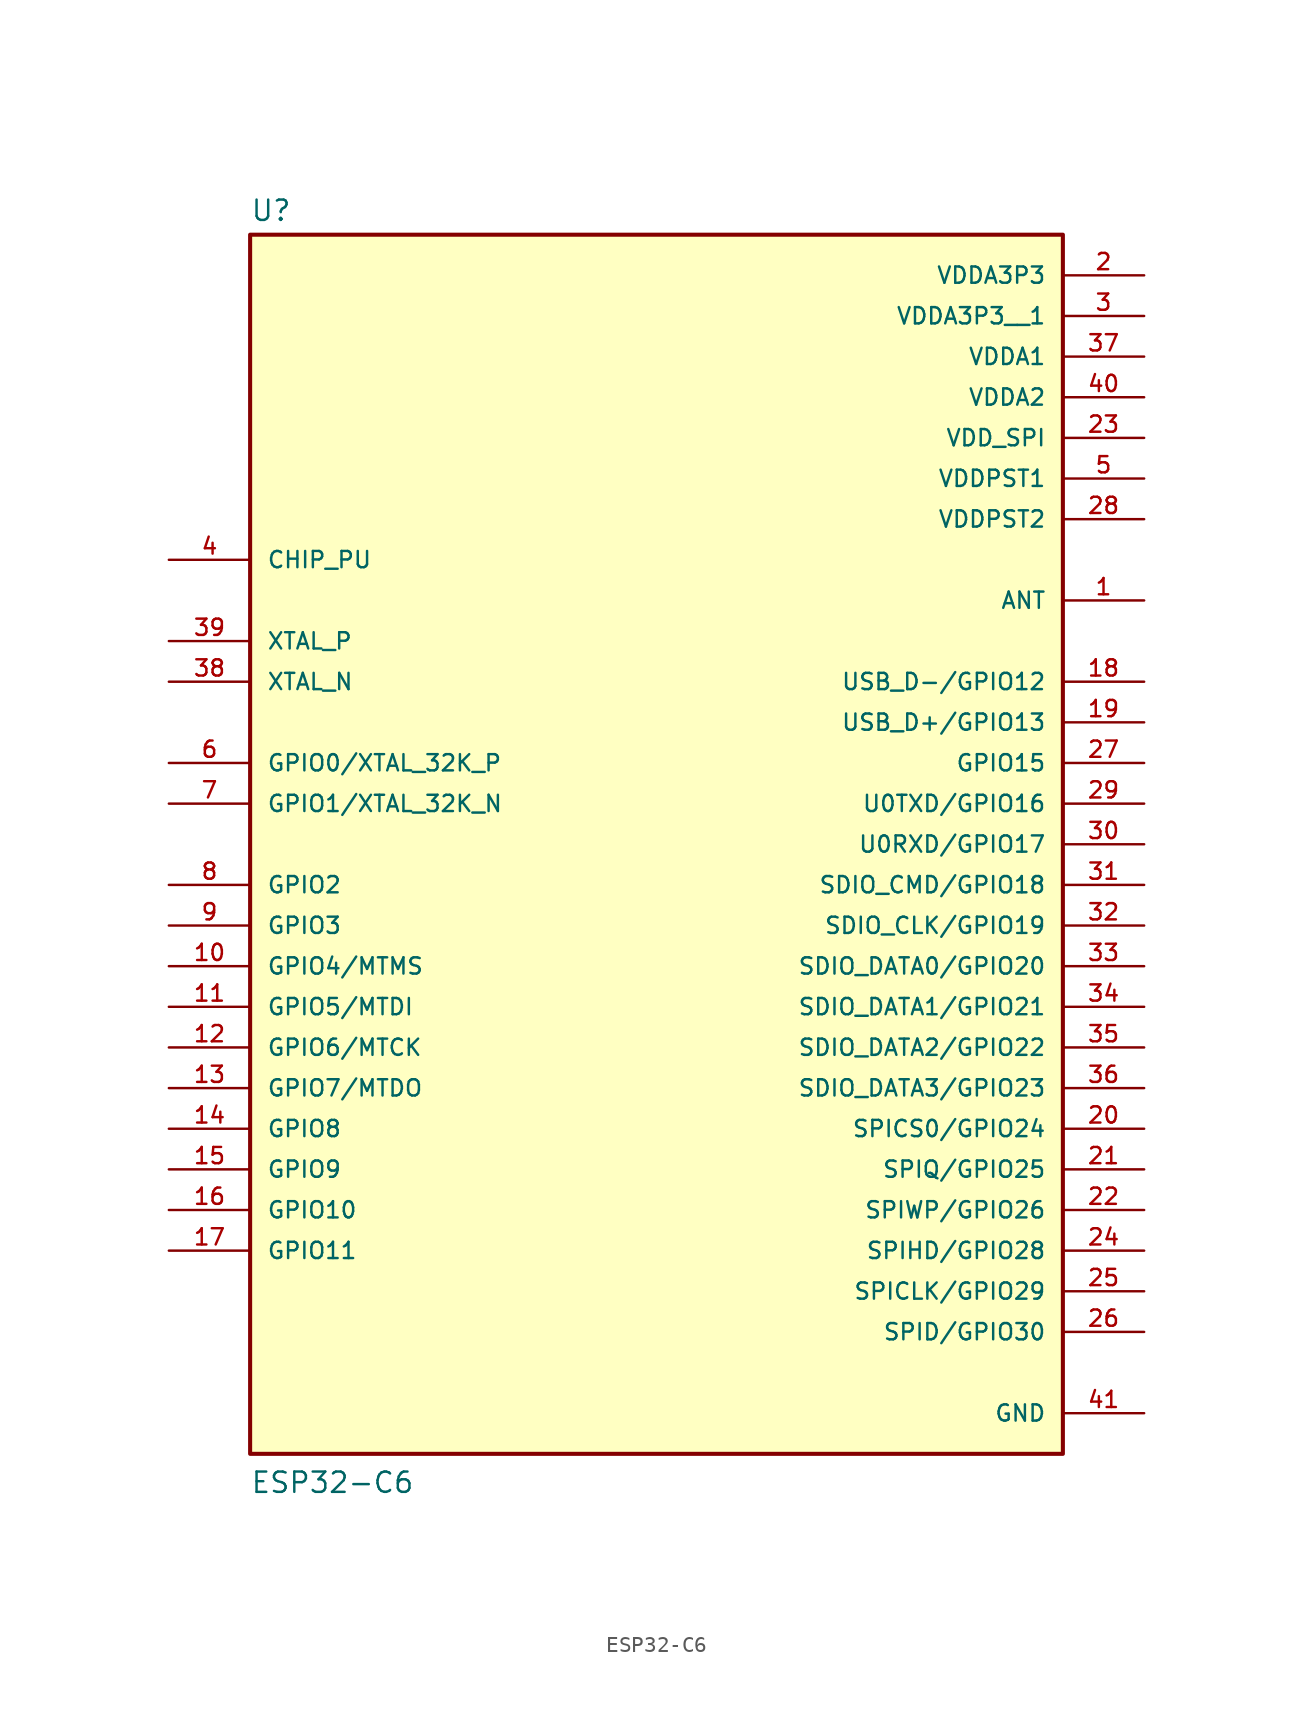
<source format=kicad_sym>
(kicad_symbol_lib
  (version 20211014)
  (generator kicad_symbol_editor)
  (symbol "ESP32-C6"
    (pin_names
      (offset 1.016))
    (property "Reference" "U"
      (at -25.4 36.322 0)
      (effects (font (size 1.27 1.27)) (justify bottom left)))
    (property "Value" "ESP32-C6"
      (at -25.4 -43.18 0)
      (effects (font (size 1.27 1.27)) (justify bottom left)))
    (symbol "ESP32-C6_0_0"
      (rectangle (start -25.4 -40.64) (end 25.4 35.56) (stroke (width 0.254)) (fill (type background)))
      (pin bidirectional line (at 30.48 12.7 180.0) (length 5.08) (name "ANT" (effects (font (size 1.016 1.016)))) (number "1" (effects (font (size 1.016 1.016)))))
      (pin power_in line (at 30.48 33.02 180.0) (length 5.08) (name "VDDA3P3" (effects (font (size 1.016 1.016)))) (number "2" (effects (font (size 1.016 1.016)))))
      (pin input line (at -30.48 15.24 0) (length 5.08) (name "CHIP_PU" (effects (font (size 1.016 1.016)))) (number "4" (effects (font (size 1.016 1.016)))))
      (pin power_in line (at 30.48 20.32 180.0) (length 5.08) (name "VDDPST1" (effects (font (size 1.016 1.016)))) (number "5" (effects (font (size 1.016 1.016)))))
      (pin bidirectional line (at -30.48 2.54 0) (length 5.08) (name "GPIO0/XTAL_32K_P" (effects (font (size 1.016 1.016)))) (number "6" (effects (font (size 1.016 1.016)))))
      (pin bidirectional line (at -30.48 0.0 0) (length 5.08) (name "GPIO1/XTAL_32K_N" (effects (font (size 1.016 1.016)))) (number "7" (effects (font (size 1.016 1.016)))))
      (pin bidirectional line (at -30.48 -7.62 0) (length 5.08) (name "GPIO3" (effects (font (size 1.016 1.016)))) (number "9" (effects (font (size 1.016 1.016)))))
      (pin bidirectional line (at -30.48 -5.08 0) (length 5.08) (name "GPIO2" (effects (font (size 1.016 1.016)))) (number "8" (effects (font (size 1.016 1.016)))))
      (pin bidirectional line (at -30.48 -10.16 0) (length 5.08) (name "GPIO4/MTMS" (effects (font (size 1.016 1.016)))) (number "10" (effects (font (size 1.016 1.016)))))
      (pin bidirectional line (at -30.48 -12.7 0) (length 5.08) (name "GPIO5/MTDI" (effects (font (size 1.016 1.016)))) (number "11" (effects (font (size 1.016 1.016)))))
      (pin bidirectional line (at -30.48 -15.24 0) (length 5.08) (name "GPIO6/MTCK" (effects (font (size 1.016 1.016)))) (number "12" (effects (font (size 1.016 1.016)))))
      (pin bidirectional line (at -30.48 -17.78 0) (length 5.08) (name "GPIO7/MTDO" (effects (font (size 1.016 1.016)))) (number "13" (effects (font (size 1.016 1.016)))))
      (pin bidirectional line (at -30.48 -20.32 0) (length 5.08) (name "GPIO8" (effects (font (size 1.016 1.016)))) (number "14" (effects (font (size 1.016 1.016)))))
      (pin bidirectional line (at -30.48 -22.86 0) (length 5.08) (name "GPIO9" (effects (font (size 1.016 1.016)))) (number "15" (effects (font (size 1.016 1.016)))))
      (pin bidirectional line (at 30.48 7.62 180.0) (length 5.08) (name "USB_D-/GPIO12" (effects (font (size 1.016 1.016)))) (number "18" (effects (font (size 1.016 1.016)))))
      (pin bidirectional line (at 30.48 5.08 180.0) (length 5.08) (name "USB_D+/GPIO13" (effects (font (size 1.016 1.016)))) (number "19" (effects (font (size 1.016 1.016)))))
      (pin bidirectional line (at 30.48 2.54 180.0) (length 5.08) (name "GPIO15" (effects (font (size 1.016 1.016)))) (number "27" (effects (font (size 1.016 1.016)))))
      (pin power_in line (at 30.48 17.78 180.0) (length 5.08) (name "VDDPST2" (effects (font (size 1.016 1.016)))) (number "28" (effects (font (size 1.016 1.016)))))
      (pin bidirectional line (at 30.48 0.0 180.0) (length 5.08) (name "U0TXD/GPIO16" (effects (font (size 1.016 1.016)))) (number "29" (effects (font (size 1.016 1.016)))))
      (pin bidirectional line (at 30.48 -2.54 180.0) (length 5.08) (name "U0RXD/GPIO17" (effects (font (size 1.016 1.016)))) (number "30" (effects (font (size 1.016 1.016)))))
      (pin bidirectional line (at 30.48 -5.08 180.0) (length 5.08) (name "SDIO_CMD/GPIO18" (effects (font (size 1.016 1.016)))) (number "31" (effects (font (size 1.016 1.016)))))
      (pin bidirectional line (at 30.48 -7.62 180.0) (length 5.08) (name "SDIO_CLK/GPIO19" (effects (font (size 1.016 1.016)))) (number "32" (effects (font (size 1.016 1.016)))))
      (pin bidirectional line (at 30.48 -10.16 180.0) (length 5.08) (name "SDIO_DATA0/GPIO20" (effects (font (size 1.016 1.016)))) (number "33" (effects (font (size 1.016 1.016)))))
      (pin bidirectional line (at 30.48 -12.7 180.0) (length 5.08) (name "SDIO_DATA1/GPIO21" (effects (font (size 1.016 1.016)))) (number "34" (effects (font (size 1.016 1.016)))))
      (pin bidirectional line (at 30.48 -15.24 180.0) (length 5.08) (name "SDIO_DATA2/GPIO22" (effects (font (size 1.016 1.016)))) (number "35" (effects (font (size 1.016 1.016)))))
      (pin bidirectional line (at 30.48 -17.78 180.0) (length 5.08) (name "SDIO_DATA3/GPIO23" (effects (font (size 1.016 1.016)))) (number "36" (effects (font (size 1.016 1.016)))))
      (pin power_in line (at 30.48 27.94 180.0) (length 5.08) (name "VDDA1" (effects (font (size 1.016 1.016)))) (number "37" (effects (font (size 1.016 1.016)))))
      (pin bidirectional line (at -30.48 7.62 0) (length 5.08) (name "XTAL_N" (effects (font (size 1.016 1.016)))) (number "38" (effects (font (size 1.016 1.016)))))
      (pin bidirectional line (at -30.48 10.16 0) (length 5.08) (name "XTAL_P" (effects (font (size 1.016 1.016)))) (number "39" (effects (font (size 1.016 1.016)))))
      (pin power_in line (at 30.48 25.4 180.0) (length 5.08) (name "VDDA2" (effects (font (size 1.016 1.016)))) (number "40" (effects (font (size 1.016 1.016)))))
      (pin power_in line (at 30.48 -38.1 180.0) (length 5.08) (name "GND" (effects (font (size 1.016 1.016)))) (number "41" (effects (font (size 1.016 1.016)))))
      (pin bidirectional line (at -30.48 -25.4 0) (length 5.08) (name "GPIO10" (effects (font (size 1.016 1.016)))) (number "16" (effects (font (size 1.016 1.016)))))
      (pin bidirectional line (at -30.48 -27.94 0) (length 5.08) (name "GPIO11" (effects (font (size 1.016 1.016)))) (number "17" (effects (font (size 1.016 1.016)))))
      (pin bidirectional line (at 30.48 -20.32 180.0) (length 5.08) (name "SPICS0/GPIO24" (effects (font (size 1.016 1.016)))) (number "20" (effects (font (size 1.016 1.016)))))
      (pin bidirectional line (at 30.48 -22.86 180.0) (length 5.08) (name "SPIQ/GPIO25" (effects (font (size 1.016 1.016)))) (number "21" (effects (font (size 1.016 1.016)))))
      (pin bidirectional line (at 30.48 -25.4 180.0) (length 5.08) (name "SPIWP/GPIO26" (effects (font (size 1.016 1.016)))) (number "22" (effects (font (size 1.016 1.016)))))
      (pin power_in line (at 30.48 22.86 180.0) (length 5.08) (name "VDD_SPI" (effects (font (size 1.016 1.016)))) (number "23" (effects (font (size 1.016 1.016)))))
      (pin bidirectional line (at 30.48 -27.94 180.0) (length 5.08) (name "SPIHD/GPIO28" (effects (font (size 1.016 1.016)))) (number "24" (effects (font (size 1.016 1.016)))))
      (pin bidirectional line (at 30.48 -30.48 180.0) (length 5.08) (name "SPICLK/GPIO29" (effects (font (size 1.016 1.016)))) (number "25" (effects (font (size 1.016 1.016)))))
      (pin bidirectional line (at 30.48 -33.02 180.0) (length 5.08) (name "SPID/GPIO30" (effects (font (size 1.016 1.016)))) (number "26" (effects (font (size 1.016 1.016)))))
      (pin power_in line (at 30.48 30.48 180.0) (length 5.08) (name "VDDA3P3__1" (effects (font (size 1.016 1.016)))) (number "3" (effects (font (size 1.016 1.016))))))))
</source>
